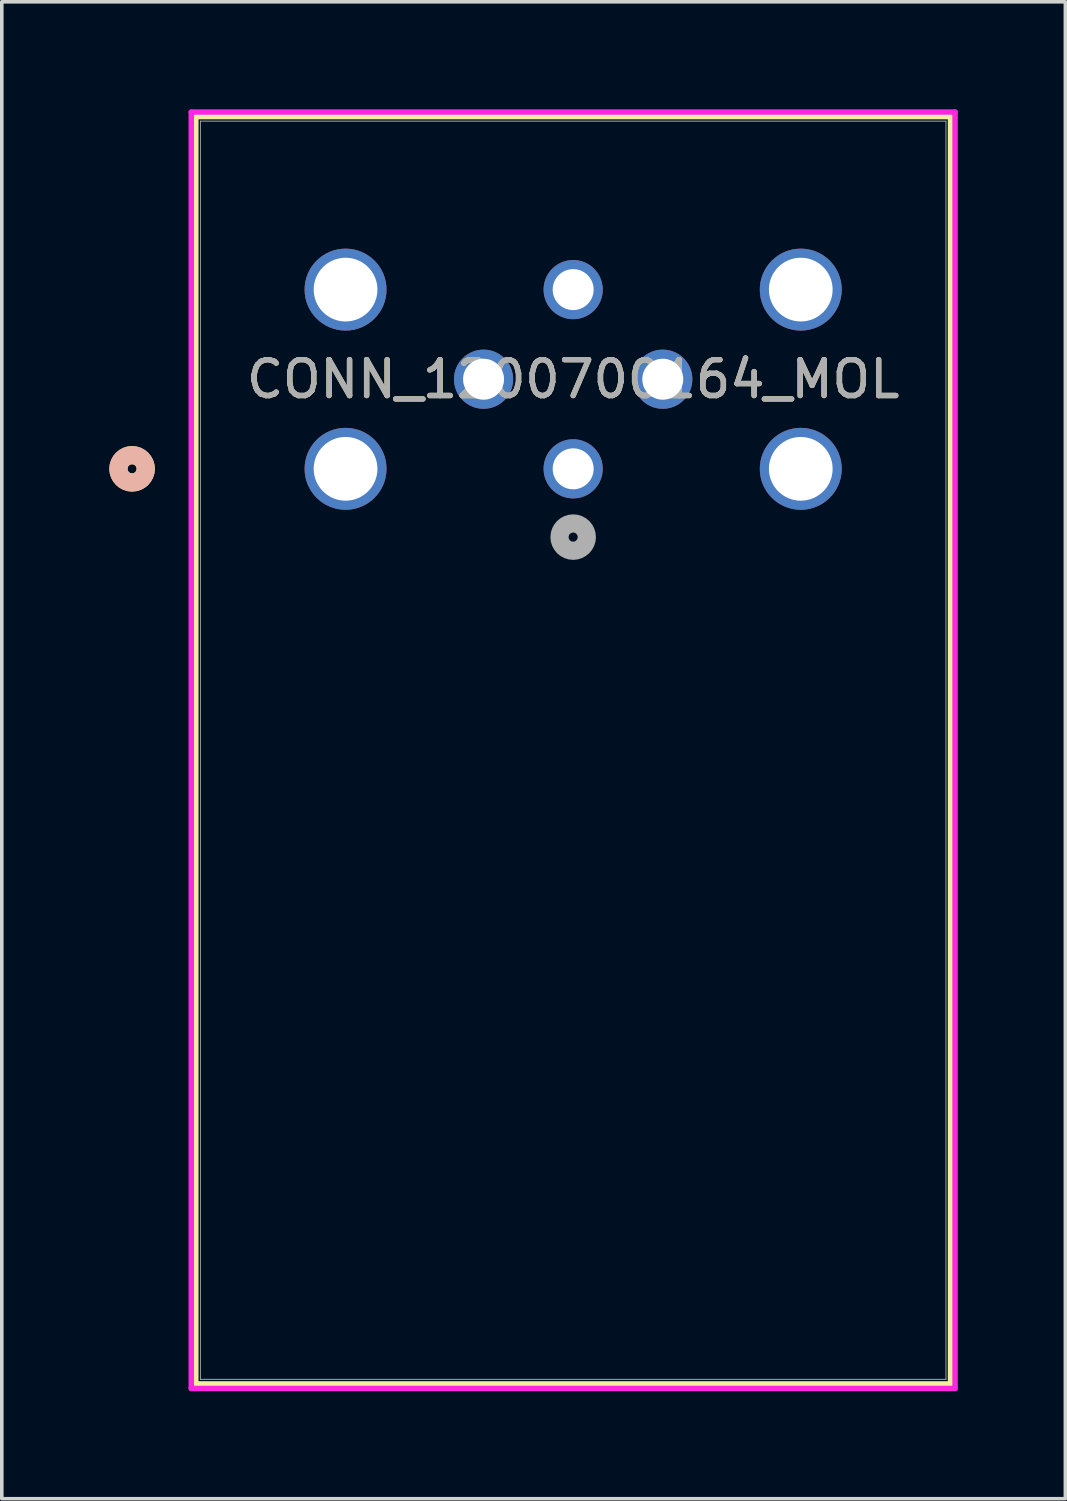
<source format=kicad_pcb>
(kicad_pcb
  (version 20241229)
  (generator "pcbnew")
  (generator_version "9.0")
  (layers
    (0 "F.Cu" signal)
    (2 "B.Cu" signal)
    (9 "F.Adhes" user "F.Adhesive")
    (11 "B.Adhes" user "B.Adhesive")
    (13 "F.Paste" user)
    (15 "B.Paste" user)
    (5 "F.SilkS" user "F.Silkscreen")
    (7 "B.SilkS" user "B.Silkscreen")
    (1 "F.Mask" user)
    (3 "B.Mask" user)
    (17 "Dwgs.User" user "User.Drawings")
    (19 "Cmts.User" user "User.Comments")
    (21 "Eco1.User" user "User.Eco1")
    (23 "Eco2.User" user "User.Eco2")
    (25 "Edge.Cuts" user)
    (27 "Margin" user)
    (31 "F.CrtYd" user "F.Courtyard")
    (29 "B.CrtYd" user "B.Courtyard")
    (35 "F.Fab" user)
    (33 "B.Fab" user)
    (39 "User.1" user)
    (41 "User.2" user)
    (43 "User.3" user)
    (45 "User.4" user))
  (footprint "CONN_1200700164_MOL"
    (layer "F.Cu")
    (at 12.941 10.03)
    (property "Reference" "CONN_1200700164_MOL" (at 0 -2.5 0) (unlocked yes) (layer "F.SilkS") (effects (font (size 1 1) (thickness 0.15))))
    (attr through_hole)
    (fp_line (start -10.528 -9.827) (end -10.528 25.53) (stroke (width 0.152) (type solid)) (layer "F.SilkS"))
    (fp_line (start -10.528 25.53) (end 10.528 25.53) (stroke (width 0.152) (type solid)) (layer "F.SilkS"))
    (fp_line (start 10.528 -9.827) (end -10.528 -9.827) (stroke (width 0.152) (type solid)) (layer "F.SilkS"))
    (fp_line (start 10.528 25.53) (end 10.528 -9.827) (stroke (width 0.152) (type solid)) (layer "F.SilkS"))
    (fp_circle (center -12.306 0) (end -11.925 0) (stroke (width 0.508) (type solid)) (fill no) (layer "F.SilkS"))
    (fp_circle (center -12.306 0) (end -11.925 0) (stroke (width 0.508) (type solid)) (fill no) (layer "B.SilkS"))
    (fp_line (start -10.655 -9.954) (end -10.655 25.657) (stroke (width 0.152) (type solid)) (layer "F.CrtYd"))
    (fp_line (start -10.655 25.657) (end 10.655 25.657) (stroke (width 0.152) (type solid)) (layer "F.CrtYd"))
    (fp_line (start 10.655 -9.954) (end -10.655 -9.954) (stroke (width 0.152) (type solid)) (layer "F.CrtYd"))
    (fp_line (start 10.655 25.657) (end 10.655 -9.954) (stroke (width 0.152) (type solid)) (layer "F.CrtYd"))
    (fp_line (start -10.401 -9.7) (end -10.401 25.403) (stroke (width 0.025) (type solid)) (layer "F.Fab"))
    (fp_line (start -10.401 25.403) (end 10.401 25.403) (stroke (width 0.025) (type solid)) (layer "F.Fab"))
    (fp_line (start 10.401 -9.7) (end -10.401 -9.7) (stroke (width 0.025) (type solid)) (layer "F.Fab"))
    (fp_line (start 10.401 25.403) (end 10.401 -9.7) (stroke (width 0.025) (type solid)) (layer "F.Fab"))
    (fp_circle (center 0 1.905) (end 0.381 1.905) (stroke (width 0.508) (type solid)) (fill no) (layer "F.Fab"))
    (fp_text user "${REFERENCE}" (at 0 -2.5 0) (unlocked yes) (layer "F.Fab") (effects (font (size 1 1) (thickness 0.15))))
    (pad "1" thru_hole circle (at 0 0) (size 1.651 1.651) (drill 1.143) (layers "*.Cu" "*.Mask"))
    (pad "2" thru_hole circle (at 2.5 -2.5) (size 1.651 1.651) (drill 1.143) (layers "*.Cu" "*.Mask"))
    (pad "3" thru_hole circle (at 0 -5) (size 1.651 1.651) (drill 1.143) (layers "*.Cu" "*.Mask"))
    (pad "4" thru_hole circle (at -2.5 -2.5) (size 1.651 1.651) (drill 1.143) (layers "*.Cu" "*.Mask"))
    (pad "MNT1" thru_hole circle (at -6.35 -5) (size 2.286 2.286) (drill 1.778) (layers "*.Cu" "*.Mask"))
    (pad "MNT2" thru_hole circle (at -6.35 0) (size 2.286 2.286) (drill 1.778) (layers "*.Cu" "*.Mask"))
    (pad "MNT3" thru_hole circle (at 6.35 0) (size 2.286 2.286) (drill 1.778) (layers "*.Cu" "*.Mask"))
    (pad "MNT4" thru_hole circle (at 6.35 -5) (size 2.286 2.286) (drill 1.778) (layers "*.Cu" "*.Mask")))
  (gr_rect
    (start -3 -3)
    (end 26.673 38.763)
    (stroke (width 0.1) (type default))
    (fill no)
    (layer "Edge.Cuts")))
</source>
